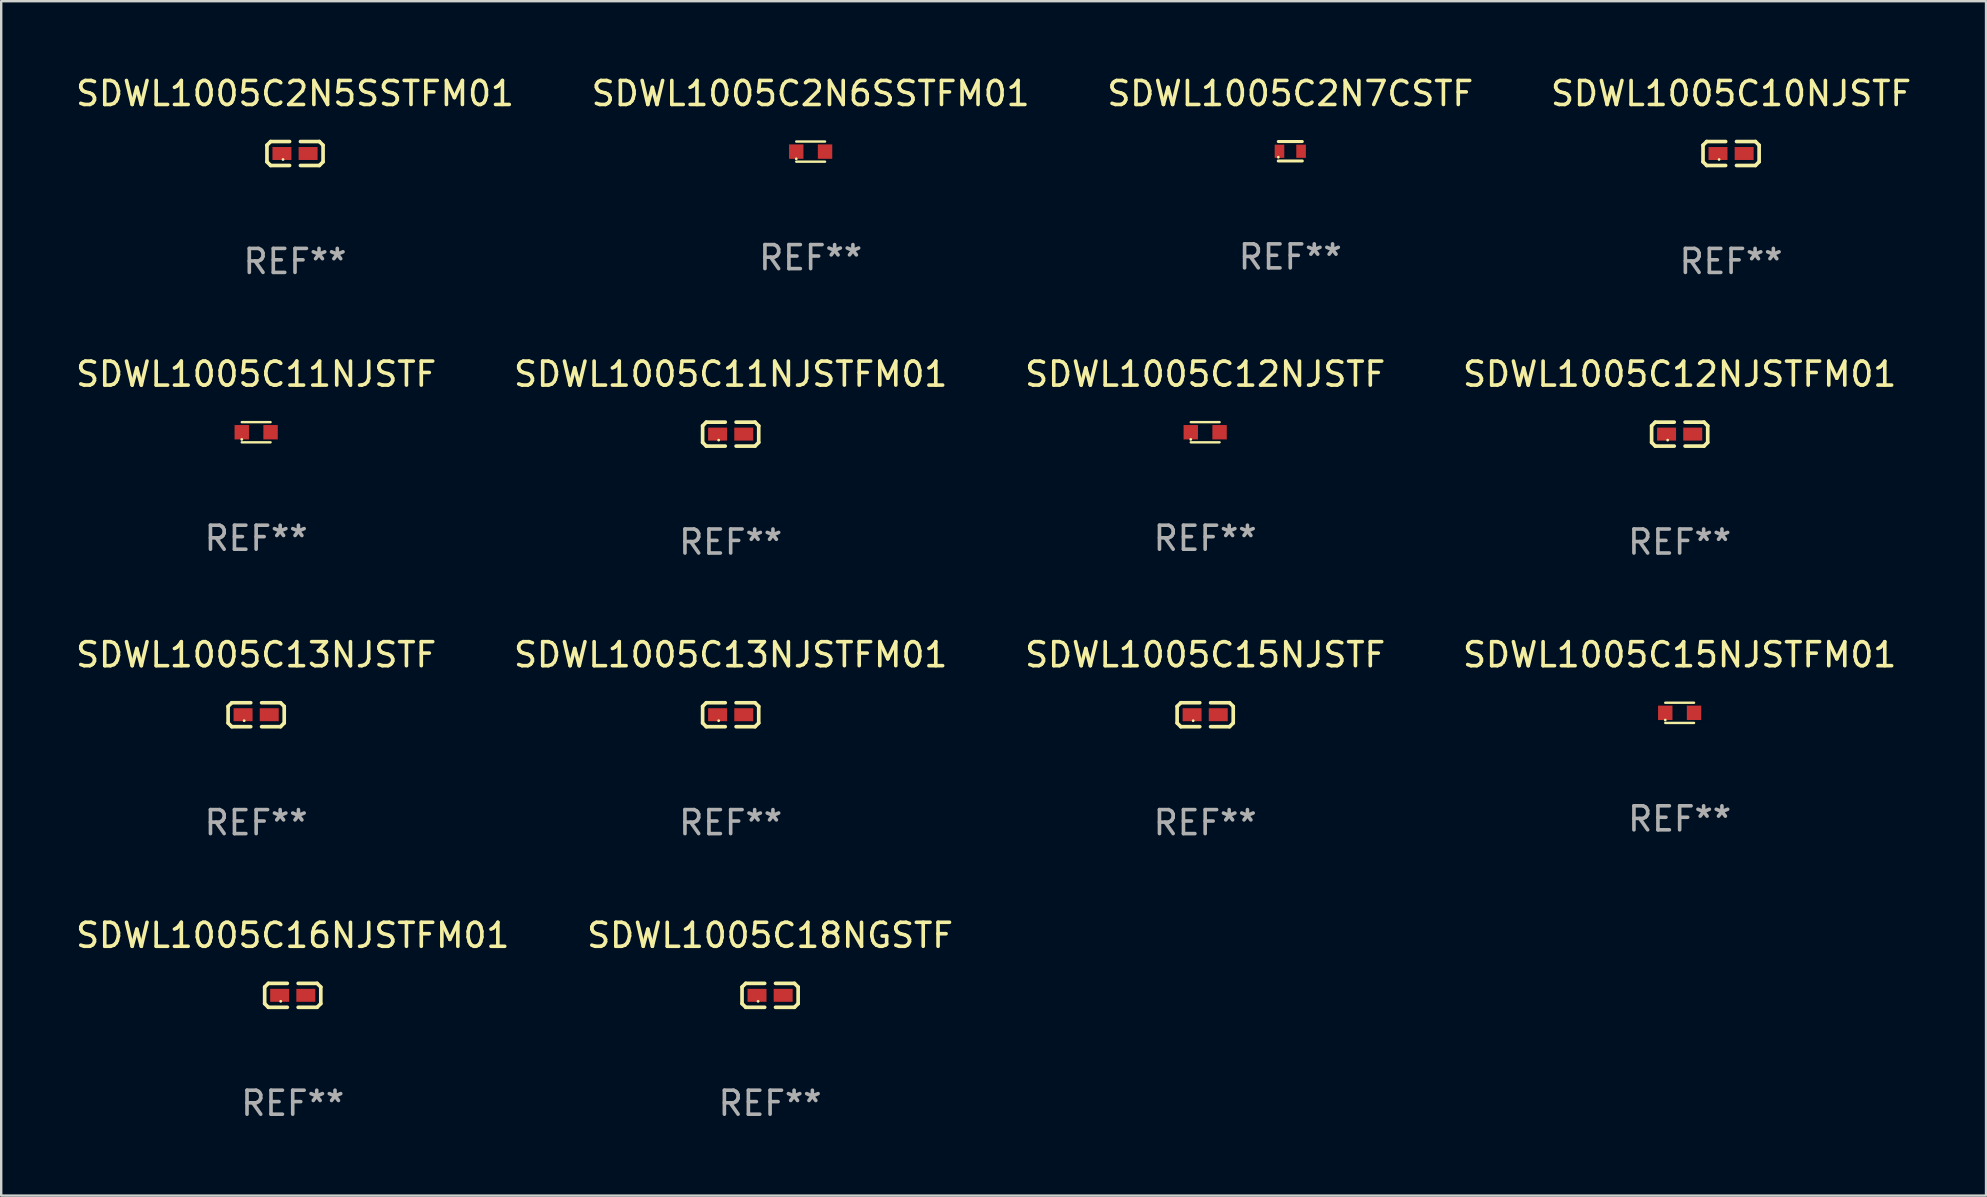
<source format=kicad_pcb>
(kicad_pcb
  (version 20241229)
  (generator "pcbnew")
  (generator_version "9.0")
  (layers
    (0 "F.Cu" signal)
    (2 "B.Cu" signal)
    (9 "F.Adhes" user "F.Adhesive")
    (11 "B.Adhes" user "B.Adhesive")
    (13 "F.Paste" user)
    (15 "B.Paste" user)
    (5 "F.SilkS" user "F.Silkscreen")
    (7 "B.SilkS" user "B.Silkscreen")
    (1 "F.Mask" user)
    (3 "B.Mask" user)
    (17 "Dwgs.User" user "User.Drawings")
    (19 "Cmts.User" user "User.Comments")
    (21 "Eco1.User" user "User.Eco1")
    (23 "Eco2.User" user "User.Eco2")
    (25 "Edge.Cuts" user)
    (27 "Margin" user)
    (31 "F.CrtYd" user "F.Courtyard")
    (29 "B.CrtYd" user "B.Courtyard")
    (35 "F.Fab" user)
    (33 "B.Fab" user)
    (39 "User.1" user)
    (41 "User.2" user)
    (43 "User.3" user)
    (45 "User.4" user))
  (footprint "SDWL1005C18NGSTF"
    (layer "F.Cu")
    (at 29.042 38.428)
    (property "Reference" "SDWL1005C18NGSTF" (at 0 -2.499 0) (layer "F.SilkS") (effects (font (size 1 1) (thickness 0.15))))
    (attr through_hole)
    (fp_line (start -1.169 -0.346) (end -1.016 -0.499) (stroke (width 0.152) (type solid)) (layer "F.SilkS"))
    (fp_line (start -1.169 0.346) (end -1.169 -0.346) (stroke (width 0.152) (type solid)) (layer "F.SilkS"))
    (fp_line (start -1.016 -0.499) (end -0.226 -0.499) (stroke (width 0.152) (type solid)) (layer "F.SilkS"))
    (fp_line (start -1.016 0.499) (end -1.169 0.346) (stroke (width 0.152) (type solid)) (layer "F.SilkS"))
    (fp_line (start -0.226 0.499) (end -1.016 0.499) (stroke (width 0.152) (type solid)) (layer "F.SilkS"))
    (fp_line (start 0.226 0.499) (end 1.016 0.499) (stroke (width 0.152) (type solid)) (layer "F.SilkS"))
    (fp_line (start 1.016 -0.499) (end 0.226 -0.499) (stroke (width 0.152) (type solid)) (layer "F.SilkS"))
    (fp_line (start 1.016 0.499) (end 1.169 0.346) (stroke (width 0.152) (type solid)) (layer "F.SilkS"))
    (fp_line (start 1.169 -0.346) (end 1.016 -0.499) (stroke (width 0.152) (type solid)) (layer "F.SilkS"))
    (fp_line (start 1.169 0.346) (end 1.169 -0.346) (stroke (width 0.152) (type solid)) (layer "F.SilkS"))
    (fp_circle (center -0.5 0.25) (end -0.47 0.25) (stroke (width 0.06) (type solid)) (fill no) (layer "F.SilkS"))
    (fp_text user "REF**" (at 0 4.499 0) (layer "F.Fab") (effects (font (size 1 1) (thickness 0.15))))
    (pad "1" smd rect (at -0.545 0) (size 0.79 0.54) (layers "F.Cu" "F.Mask" "F.Paste"))
    (pad "2" smd rect (at 0.545 0) (size 0.79 0.54) (layers "F.Cu" "F.Mask" "F.Paste")))
  (footprint "SDWL1005C11NJSTF"
    (layer "F.Cu")
    (at 7.625 14.962)
    (property "Reference" "SDWL1005C11NJSTF" (at 0 -2.42 0) (layer "F.SilkS") (effects (font (size 1 1) (thickness 0.15))))
    (attr through_hole)
    (fp_line (start -0.6 -0.42) (end 0.6 -0.42) (stroke (width 0.1) (type solid)) (layer "F.SilkS"))
    (fp_line (start -0.6 0.42) (end 0.6 0.42) (stroke (width 0.1) (type solid)) (layer "F.SilkS"))
    (fp_circle (center -0.6 0.3) (end -0.57 0.3) (stroke (width 0.06) (type solid)) (fill no) (layer "F.SilkS"))
    (fp_text user "REF**" (at 0 4.42 0) (layer "F.Fab") (effects (font (size 1 1) (thickness 0.15))))
    (pad "1" smd rect (at -0.6 0) (size 0.6 0.6) (layers "F.Cu" "F.Mask" "F.Paste"))
    (pad "2" smd rect (at 0.6 0) (size 0.6 0.6) (layers "F.Cu" "F.Mask" "F.Paste")))
  (footprint "SDWL1005C12NJSTF"
    (layer "F.Cu")
    (at 47.173 14.962)
    (property "Reference" "SDWL1005C12NJSTF" (at 0 -2.42 0) (layer "F.SilkS") (effects (font (size 1 1) (thickness 0.15))))
    (attr through_hole)
    (fp_line (start -0.6 -0.42) (end 0.6 -0.42) (stroke (width 0.1) (type solid)) (layer "F.SilkS"))
    (fp_line (start -0.6 0.42) (end 0.6 0.42) (stroke (width 0.1) (type solid)) (layer "F.SilkS"))
    (fp_circle (center -0.6 0.3) (end -0.57 0.3) (stroke (width 0.06) (type solid)) (fill no) (layer "F.SilkS"))
    (fp_text user "REF**" (at 0 4.42 0) (layer "F.Fab") (effects (font (size 1 1) (thickness 0.15))))
    (pad "1" smd rect (at -0.6 0) (size 0.6 0.6) (layers "F.Cu" "F.Mask" "F.Paste"))
    (pad "2" smd rect (at 0.6 0) (size 0.6 0.6) (layers "F.Cu" "F.Mask" "F.Paste")))
  (footprint "SDWL1005C2N5SSTFM01"
    (layer "F.Cu")
    (at 9.244 3.347)
    (property "Reference" "SDWL1005C2N5SSTFM01" (at 0 -2.499 0) (layer "F.SilkS") (effects (font (size 1 1) (thickness 0.15))))
    (attr through_hole)
    (fp_line (start -1.169 -0.346) (end -1.016 -0.499) (stroke (width 0.152) (type solid)) (layer "F.SilkS"))
    (fp_line (start -1.169 0.346) (end -1.169 -0.346) (stroke (width 0.152) (type solid)) (layer "F.SilkS"))
    (fp_line (start -1.016 -0.499) (end -0.226 -0.499) (stroke (width 0.152) (type solid)) (layer "F.SilkS"))
    (fp_line (start -1.016 0.499) (end -1.169 0.346) (stroke (width 0.152) (type solid)) (layer "F.SilkS"))
    (fp_line (start -0.226 0.499) (end -1.016 0.499) (stroke (width 0.152) (type solid)) (layer "F.SilkS"))
    (fp_line (start 0.226 0.499) (end 1.016 0.499) (stroke (width 0.152) (type solid)) (layer "F.SilkS"))
    (fp_line (start 1.016 -0.499) (end 0.226 -0.499) (stroke (width 0.152) (type solid)) (layer "F.SilkS"))
    (fp_line (start 1.016 0.499) (end 1.169 0.346) (stroke (width 0.152) (type solid)) (layer "F.SilkS"))
    (fp_line (start 1.169 -0.346) (end 1.016 -0.499) (stroke (width 0.152) (type solid)) (layer "F.SilkS"))
    (fp_line (start 1.169 0.346) (end 1.169 -0.346) (stroke (width 0.152) (type solid)) (layer "F.SilkS"))
    (fp_circle (center -0.5 0.25) (end -0.47 0.25) (stroke (width 0.06) (type solid)) (fill no) (layer "F.SilkS"))
    (fp_text user "REF**" (at 0 4.499 0) (layer "F.Fab") (effects (font (size 1 1) (thickness 0.15))))
    (pad "1" smd rect (at -0.545 0) (size 0.79 0.54) (layers "F.Cu" "F.Mask" "F.Paste"))
    (pad "2" smd rect (at 0.545 0) (size 0.79 0.54) (layers "F.Cu" "F.Mask" "F.Paste")))
  (footprint "SDWL1005C15NJSTF"
    (layer "F.Cu")
    (at 47.173 26.734)
    (property "Reference" "SDWL1005C15NJSTF" (at 0 -2.499 0) (layer "F.SilkS") (effects (font (size 1 1) (thickness 0.15))))
    (attr through_hole)
    (fp_line (start -1.169 -0.346) (end -1.016 -0.499) (stroke (width 0.152) (type solid)) (layer "F.SilkS"))
    (fp_line (start -1.169 0.346) (end -1.169 -0.346) (stroke (width 0.152) (type solid)) (layer "F.SilkS"))
    (fp_line (start -1.016 -0.499) (end -0.226 -0.499) (stroke (width 0.152) (type solid)) (layer "F.SilkS"))
    (fp_line (start -1.016 0.499) (end -1.169 0.346) (stroke (width 0.152) (type solid)) (layer "F.SilkS"))
    (fp_line (start -0.226 0.499) (end -1.016 0.499) (stroke (width 0.152) (type solid)) (layer "F.SilkS"))
    (fp_line (start 0.226 0.499) (end 1.016 0.499) (stroke (width 0.152) (type solid)) (layer "F.SilkS"))
    (fp_line (start 1.016 -0.499) (end 0.226 -0.499) (stroke (width 0.152) (type solid)) (layer "F.SilkS"))
    (fp_line (start 1.016 0.499) (end 1.169 0.346) (stroke (width 0.152) (type solid)) (layer "F.SilkS"))
    (fp_line (start 1.169 -0.346) (end 1.016 -0.499) (stroke (width 0.152) (type solid)) (layer "F.SilkS"))
    (fp_line (start 1.169 0.346) (end 1.169 -0.346) (stroke (width 0.152) (type solid)) (layer "F.SilkS"))
    (fp_circle (center -0.5 0.25) (end -0.47 0.25) (stroke (width 0.06) (type solid)) (fill no) (layer "F.SilkS"))
    (fp_text user "REF**" (at 0 4.499 0) (layer "F.Fab") (effects (font (size 1 1) (thickness 0.15))))
    (pad "1" smd rect (at -0.545 0) (size 0.79 0.54) (layers "F.Cu" "F.Mask" "F.Paste"))
    (pad "2" smd rect (at 0.545 0) (size 0.79 0.54) (layers "F.Cu" "F.Mask" "F.Paste")))
  (footprint "SDWL1005C10NJSTF"
    (layer "F.Cu")
    (at 69.089 3.347)
    (property "Reference" "SDWL1005C10NJSTF" (at 0 -2.499 0) (layer "F.SilkS") (effects (font (size 1 1) (thickness 0.15))))
    (attr through_hole)
    (fp_line (start -1.169 -0.346) (end -1.016 -0.499) (stroke (width 0.152) (type solid)) (layer "F.SilkS"))
    (fp_line (start -1.169 0.346) (end -1.169 -0.346) (stroke (width 0.152) (type solid)) (layer "F.SilkS"))
    (fp_line (start -1.016 -0.499) (end -0.226 -0.499) (stroke (width 0.152) (type solid)) (layer "F.SilkS"))
    (fp_line (start -1.016 0.499) (end -1.169 0.346) (stroke (width 0.152) (type solid)) (layer "F.SilkS"))
    (fp_line (start -0.226 0.499) (end -1.016 0.499) (stroke (width 0.152) (type solid)) (layer "F.SilkS"))
    (fp_line (start 0.226 0.499) (end 1.016 0.499) (stroke (width 0.152) (type solid)) (layer "F.SilkS"))
    (fp_line (start 1.016 -0.499) (end 0.226 -0.499) (stroke (width 0.152) (type solid)) (layer "F.SilkS"))
    (fp_line (start 1.016 0.499) (end 1.169 0.346) (stroke (width 0.152) (type solid)) (layer "F.SilkS"))
    (fp_line (start 1.169 -0.346) (end 1.016 -0.499) (stroke (width 0.152) (type solid)) (layer "F.SilkS"))
    (fp_line (start 1.169 0.346) (end 1.169 -0.346) (stroke (width 0.152) (type solid)) (layer "F.SilkS"))
    (fp_circle (center -0.5 0.25) (end -0.47 0.25) (stroke (width 0.06) (type solid)) (fill no) (layer "F.SilkS"))
    (fp_text user "REF**" (at 0 4.499 0) (layer "F.Fab") (effects (font (size 1 1) (thickness 0.15))))
    (pad "1" smd rect (at -0.545 0) (size 0.79 0.54) (layers "F.Cu" "F.Mask" "F.Paste"))
    (pad "2" smd rect (at 0.545 0) (size 0.79 0.54) (layers "F.Cu" "F.Mask" "F.Paste")))
  (footprint "SDWL1005C12NJSTFM01"
    (layer "F.Cu")
    (at 66.946 15.041)
    (property "Reference" "SDWL1005C12NJSTFM01" (at 0 -2.499 0) (layer "F.SilkS") (effects (font (size 1 1) (thickness 0.15))))
    (attr through_hole)
    (fp_line (start -1.169 -0.346) (end -1.016 -0.499) (stroke (width 0.152) (type solid)) (layer "F.SilkS"))
    (fp_line (start -1.169 0.346) (end -1.169 -0.346) (stroke (width 0.152) (type solid)) (layer "F.SilkS"))
    (fp_line (start -1.016 -0.499) (end -0.226 -0.499) (stroke (width 0.152) (type solid)) (layer "F.SilkS"))
    (fp_line (start -1.016 0.499) (end -1.169 0.346) (stroke (width 0.152) (type solid)) (layer "F.SilkS"))
    (fp_line (start -0.226 0.499) (end -1.016 0.499) (stroke (width 0.152) (type solid)) (layer "F.SilkS"))
    (fp_line (start 0.226 0.499) (end 1.016 0.499) (stroke (width 0.152) (type solid)) (layer "F.SilkS"))
    (fp_line (start 1.016 -0.499) (end 0.226 -0.499) (stroke (width 0.152) (type solid)) (layer "F.SilkS"))
    (fp_line (start 1.016 0.499) (end 1.169 0.346) (stroke (width 0.152) (type solid)) (layer "F.SilkS"))
    (fp_line (start 1.169 -0.346) (end 1.016 -0.499) (stroke (width 0.152) (type solid)) (layer "F.SilkS"))
    (fp_line (start 1.169 0.346) (end 1.169 -0.346) (stroke (width 0.152) (type solid)) (layer "F.SilkS"))
    (fp_circle (center -0.5 0.25) (end -0.47 0.25) (stroke (width 0.06) (type solid)) (fill no) (layer "F.SilkS"))
    (fp_text user "REF**" (at 0 4.499 0) (layer "F.Fab") (effects (font (size 1 1) (thickness 0.15))))
    (pad "1" smd rect (at -0.545 0) (size 0.79 0.54) (layers "F.Cu" "F.Mask" "F.Paste"))
    (pad "2" smd rect (at 0.545 0) (size 0.79 0.54) (layers "F.Cu" "F.Mask" "F.Paste")))
  (footprint "SDWL1005C13NJSTFM01"
    (layer "F.Cu")
    (at 27.399 26.734)
    (property "Reference" "SDWL1005C13NJSTFM01" (at 0 -2.499 0) (layer "F.SilkS") (effects (font (size 1 1) (thickness 0.15))))
    (attr through_hole)
    (fp_line (start -1.169 -0.346) (end -1.016 -0.499) (stroke (width 0.152) (type solid)) (layer "F.SilkS"))
    (fp_line (start -1.169 0.346) (end -1.169 -0.346) (stroke (width 0.152) (type solid)) (layer "F.SilkS"))
    (fp_line (start -1.016 -0.499) (end -0.226 -0.499) (stroke (width 0.152) (type solid)) (layer "F.SilkS"))
    (fp_line (start -1.016 0.499) (end -1.169 0.346) (stroke (width 0.152) (type solid)) (layer "F.SilkS"))
    (fp_line (start -0.226 0.499) (end -1.016 0.499) (stroke (width 0.152) (type solid)) (layer "F.SilkS"))
    (fp_line (start 0.226 0.499) (end 1.016 0.499) (stroke (width 0.152) (type solid)) (layer "F.SilkS"))
    (fp_line (start 1.016 -0.499) (end 0.226 -0.499) (stroke (width 0.152) (type solid)) (layer "F.SilkS"))
    (fp_line (start 1.016 0.499) (end 1.169 0.346) (stroke (width 0.152) (type solid)) (layer "F.SilkS"))
    (fp_line (start 1.169 -0.346) (end 1.016 -0.499) (stroke (width 0.152) (type solid)) (layer "F.SilkS"))
    (fp_line (start 1.169 0.346) (end 1.169 -0.346) (stroke (width 0.152) (type solid)) (layer "F.SilkS"))
    (fp_circle (center -0.5 0.25) (end -0.47 0.25) (stroke (width 0.06) (type solid)) (fill no) (layer "F.SilkS"))
    (fp_text user "REF**" (at 0 4.499 0) (layer "F.Fab") (effects (font (size 1 1) (thickness 0.15))))
    (pad "1" smd rect (at -0.545 0) (size 0.79 0.54) (layers "F.Cu" "F.Mask" "F.Paste"))
    (pad "2" smd rect (at 0.545 0) (size 0.79 0.54) (layers "F.Cu" "F.Mask" "F.Paste")))
  (footprint "SDWL1005C2N6SSTFM01"
    (layer "F.Cu")
    (at 30.732 3.268)
    (property "Reference" "SDWL1005C2N6SSTFM01" (at 0 -2.42 0) (layer "F.SilkS") (effects (font (size 1 1) (thickness 0.15))))
    (attr through_hole)
    (fp_line (start -0.6 -0.42) (end 0.6 -0.42) (stroke (width 0.1) (type solid)) (layer "F.SilkS"))
    (fp_line (start -0.6 0.42) (end 0.6 0.42) (stroke (width 0.1) (type solid)) (layer "F.SilkS"))
    (fp_circle (center -0.6 0.3) (end -0.57 0.3) (stroke (width 0.06) (type solid)) (fill no) (layer "F.SilkS"))
    (fp_text user "REF**" (at 0 4.42 0) (layer "F.Fab") (effects (font (size 1 1) (thickness 0.15))))
    (pad "1" smd rect (at -0.6 0) (size 0.6 0.6) (layers "F.Cu" "F.Mask" "F.Paste"))
    (pad "2" smd rect (at 0.6 0) (size 0.6 0.6) (layers "F.Cu" "F.Mask" "F.Paste")))
  (footprint "SDWL1005C13NJSTF"
    (layer "F.Cu")
    (at 7.625 26.734)
    (property "Reference" "SDWL1005C13NJSTF" (at 0 -2.499 0) (layer "F.SilkS") (effects (font (size 1 1) (thickness 0.15))))
    (attr through_hole)
    (fp_line (start -1.169 -0.346) (end -1.016 -0.499) (stroke (width 0.152) (type solid)) (layer "F.SilkS"))
    (fp_line (start -1.169 0.346) (end -1.169 -0.346) (stroke (width 0.152) (type solid)) (layer "F.SilkS"))
    (fp_line (start -1.016 -0.499) (end -0.226 -0.499) (stroke (width 0.152) (type solid)) (layer "F.SilkS"))
    (fp_line (start -1.016 0.499) (end -1.169 0.346) (stroke (width 0.152) (type solid)) (layer "F.SilkS"))
    (fp_line (start -0.226 0.499) (end -1.016 0.499) (stroke (width 0.152) (type solid)) (layer "F.SilkS"))
    (fp_line (start 0.226 0.499) (end 1.016 0.499) (stroke (width 0.152) (type solid)) (layer "F.SilkS"))
    (fp_line (start 1.016 -0.499) (end 0.226 -0.499) (stroke (width 0.152) (type solid)) (layer "F.SilkS"))
    (fp_line (start 1.016 0.499) (end 1.169 0.346) (stroke (width 0.152) (type solid)) (layer "F.SilkS"))
    (fp_line (start 1.169 -0.346) (end 1.016 -0.499) (stroke (width 0.152) (type solid)) (layer "F.SilkS"))
    (fp_line (start 1.169 0.346) (end 1.169 -0.346) (stroke (width 0.152) (type solid)) (layer "F.SilkS"))
    (fp_circle (center -0.5 0.25) (end -0.47 0.25) (stroke (width 0.06) (type solid)) (fill no) (layer "F.SilkS"))
    (fp_text user "REF**" (at 0 4.499 0) (layer "F.Fab") (effects (font (size 1 1) (thickness 0.15))))
    (pad "1" smd rect (at -0.545 0) (size 0.79 0.54) (layers "F.Cu" "F.Mask" "F.Paste"))
    (pad "2" smd rect (at 0.545 0) (size 0.79 0.54) (layers "F.Cu" "F.Mask" "F.Paste")))
  (footprint "SDWL1005C15NJSTFM01"
    (layer "F.Cu")
    (at 66.946 26.656)
    (property "Reference" "SDWL1005C15NJSTFM01" (at 0 -2.42 0) (layer "F.SilkS") (effects (font (size 1 1) (thickness 0.15))))
    (attr through_hole)
    (fp_line (start -0.6 -0.42) (end 0.6 -0.42) (stroke (width 0.1) (type solid)) (layer "F.SilkS"))
    (fp_line (start -0.6 0.42) (end 0.6 0.42) (stroke (width 0.1) (type solid)) (layer "F.SilkS"))
    (fp_circle (center -0.6 0.3) (end -0.57 0.3) (stroke (width 0.06) (type solid)) (fill no) (layer "F.SilkS"))
    (fp_text user "REF**" (at 0 4.42 0) (layer "F.Fab") (effects (font (size 1 1) (thickness 0.15))))
    (pad "1" smd rect (at -0.6 0) (size 0.6 0.6) (layers "F.Cu" "F.Mask" "F.Paste"))
    (pad "2" smd rect (at 0.6 0) (size 0.6 0.6) (layers "F.Cu" "F.Mask" "F.Paste")))
  (footprint "SDWL1005C2N7CSTF"
    (layer "F.Cu")
    (at 50.72 3.253)
    (property "Reference" "SDWL1005C2N7CSTF" (at 0 -2.405 0) (layer "F.SilkS") (effects (font (size 1 1) (thickness 0.15))))
    (attr through_hole)
    (fp_line (start -0.5 -0.405) (end 0.5 -0.405) (stroke (width 0.127) (type solid)) (layer "F.SilkS"))
    (fp_line (start -0.5 0.405) (end 0.5 0.405) (stroke (width 0.127) (type solid)) (layer "F.SilkS"))
    (fp_circle (center -0.5 0.25) (end -0.47 0.25) (stroke (width 0.06) (type solid)) (fill no) (layer "F.SilkS"))
    (fp_text user "REF**" (at 0 4.405 0) (layer "F.Fab") (effects (font (size 1 1) (thickness 0.15))))
    (pad "1" smd rect (at -0.45 0 90) (size 0.55 0.4) (layers "F.Cu" "F.Mask" "F.Paste"))
    (pad "2" smd rect (at 0.45 0 90) (size 0.55 0.4) (layers "F.Cu" "F.Mask" "F.Paste")))
  (footprint "SDWL1005C11NJSTFM01"
    (layer "F.Cu")
    (at 27.399 15.041)
    (property "Reference" "SDWL1005C11NJSTFM01" (at 0 -2.499 0) (layer "F.SilkS") (effects (font (size 1 1) (thickness 0.15))))
    (attr through_hole)
    (fp_line (start -1.169 -0.346) (end -1.016 -0.499) (stroke (width 0.152) (type solid)) (layer "F.SilkS"))
    (fp_line (start -1.169 0.346) (end -1.169 -0.346) (stroke (width 0.152) (type solid)) (layer "F.SilkS"))
    (fp_line (start -1.016 -0.499) (end -0.226 -0.499) (stroke (width 0.152) (type solid)) (layer "F.SilkS"))
    (fp_line (start -1.016 0.499) (end -1.169 0.346) (stroke (width 0.152) (type solid)) (layer "F.SilkS"))
    (fp_line (start -0.226 0.499) (end -1.016 0.499) (stroke (width 0.152) (type solid)) (layer "F.SilkS"))
    (fp_line (start 0.226 0.499) (end 1.016 0.499) (stroke (width 0.152) (type solid)) (layer "F.SilkS"))
    (fp_line (start 1.016 -0.499) (end 0.226 -0.499) (stroke (width 0.152) (type solid)) (layer "F.SilkS"))
    (fp_line (start 1.016 0.499) (end 1.169 0.346) (stroke (width 0.152) (type solid)) (layer "F.SilkS"))
    (fp_line (start 1.169 -0.346) (end 1.016 -0.499) (stroke (width 0.152) (type solid)) (layer "F.SilkS"))
    (fp_line (start 1.169 0.346) (end 1.169 -0.346) (stroke (width 0.152) (type solid)) (layer "F.SilkS"))
    (fp_circle (center -0.5 0.25) (end -0.47 0.25) (stroke (width 0.06) (type solid)) (fill no) (layer "F.SilkS"))
    (fp_text user "REF**" (at 0 4.499 0) (layer "F.Fab") (effects (font (size 1 1) (thickness 0.15))))
    (pad "1" smd rect (at -0.545 0) (size 0.79 0.54) (layers "F.Cu" "F.Mask" "F.Paste"))
    (pad "2" smd rect (at 0.545 0) (size 0.79 0.54) (layers "F.Cu" "F.Mask" "F.Paste")))
  (footprint "SDWL1005C16NJSTFM01"
    (layer "F.Cu")
    (at 9.149 38.428)
    (property "Reference" "SDWL1005C16NJSTFM01" (at 0 -2.499 0) (layer "F.SilkS") (effects (font (size 1 1) (thickness 0.15))))
    (attr through_hole)
    (fp_line (start -1.169 -0.346) (end -1.016 -0.499) (stroke (width 0.152) (type solid)) (layer "F.SilkS"))
    (fp_line (start -1.169 0.346) (end -1.169 -0.346) (stroke (width 0.152) (type solid)) (layer "F.SilkS"))
    (fp_line (start -1.016 -0.499) (end -0.226 -0.499) (stroke (width 0.152) (type solid)) (layer "F.SilkS"))
    (fp_line (start -1.016 0.499) (end -1.169 0.346) (stroke (width 0.152) (type solid)) (layer "F.SilkS"))
    (fp_line (start -0.226 0.499) (end -1.016 0.499) (stroke (width 0.152) (type solid)) (layer "F.SilkS"))
    (fp_line (start 0.226 0.499) (end 1.016 0.499) (stroke (width 0.152) (type solid)) (layer "F.SilkS"))
    (fp_line (start 1.016 -0.499) (end 0.226 -0.499) (stroke (width 0.152) (type solid)) (layer "F.SilkS"))
    (fp_line (start 1.016 0.499) (end 1.169 0.346) (stroke (width 0.152) (type solid)) (layer "F.SilkS"))
    (fp_line (start 1.169 -0.346) (end 1.016 -0.499) (stroke (width 0.152) (type solid)) (layer "F.SilkS"))
    (fp_line (start 1.169 0.346) (end 1.169 -0.346) (stroke (width 0.152) (type solid)) (layer "F.SilkS"))
    (fp_circle (center -0.5 0.25) (end -0.47 0.25) (stroke (width 0.06) (type solid)) (fill no) (layer "F.SilkS"))
    (fp_text user "REF**" (at 0 4.499 0) (layer "F.Fab") (effects (font (size 1 1) (thickness 0.15))))
    (pad "1" smd rect (at -0.545 0) (size 0.79 0.54) (layers "F.Cu" "F.Mask" "F.Paste"))
    (pad "2" smd rect (at 0.545 0) (size 0.79 0.54) (layers "F.Cu" "F.Mask" "F.Paste")))
  (gr_rect
    (start -3 -3)
    (end 79.714 46.775)
    (stroke (width 0.1) (type default))
    (fill no)
    (layer "Edge.Cuts")))
</source>
